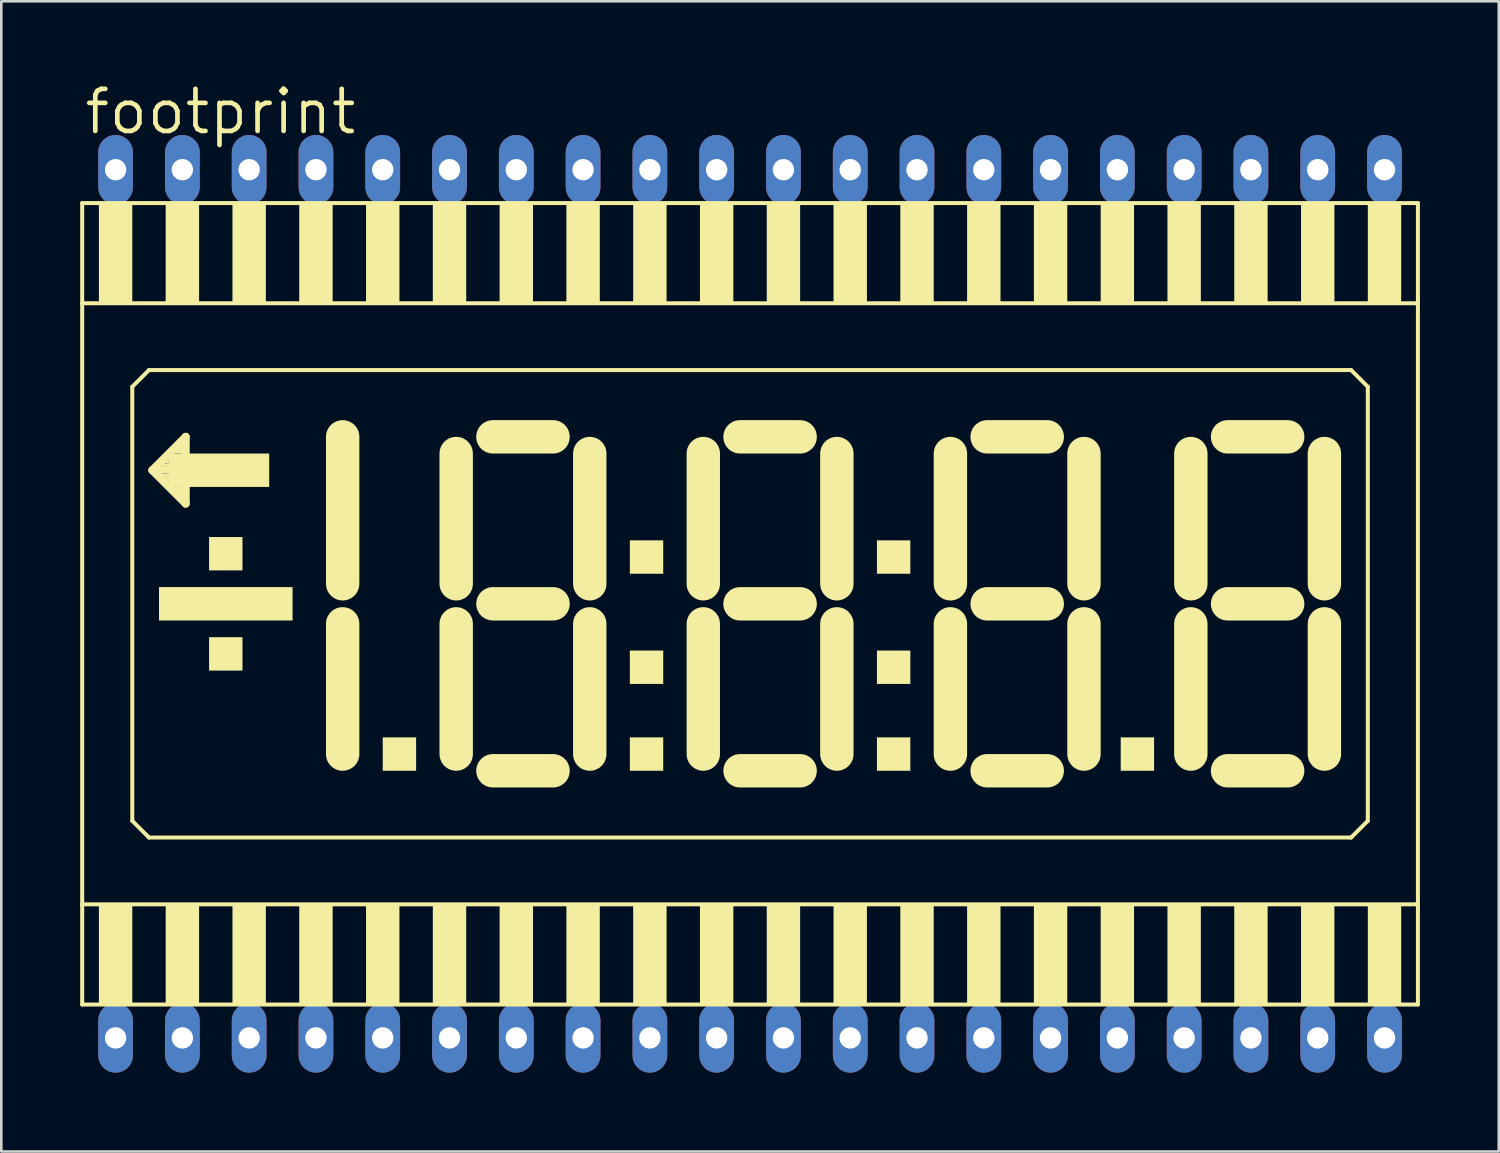
<source format=kicad_pcb>
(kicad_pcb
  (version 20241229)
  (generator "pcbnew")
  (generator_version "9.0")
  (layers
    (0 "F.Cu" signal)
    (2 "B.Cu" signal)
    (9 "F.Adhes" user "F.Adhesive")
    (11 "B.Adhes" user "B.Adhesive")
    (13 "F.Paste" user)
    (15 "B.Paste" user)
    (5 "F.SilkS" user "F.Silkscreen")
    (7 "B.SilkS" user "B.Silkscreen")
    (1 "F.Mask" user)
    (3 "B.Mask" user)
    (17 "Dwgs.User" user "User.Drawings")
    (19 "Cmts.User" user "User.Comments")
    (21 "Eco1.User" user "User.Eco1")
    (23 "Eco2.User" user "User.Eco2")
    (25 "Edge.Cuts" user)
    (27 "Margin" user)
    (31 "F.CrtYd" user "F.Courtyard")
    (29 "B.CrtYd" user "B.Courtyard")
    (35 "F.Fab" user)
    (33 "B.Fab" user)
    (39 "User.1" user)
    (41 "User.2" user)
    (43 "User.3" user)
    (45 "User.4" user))
  (footprint "footprint"
    (layer "F.Cu")
    (at 25.476 19.914)
    (property "Reference" "footprint" (at -25.4 -17.78 0) (layer "F.SilkS") (effects (font (size 1.6 1.6) (thickness 0.178)) (justify left bottom)))
    (fp_line (start -25.4 -15.24) (end -25.4 -11.43) (stroke (width 0.152) (type solid)) (layer "F.SilkS"))
    (fp_line (start -25.4 -11.43) (end -25.4 11.43) (stroke (width 0.152) (type solid)) (layer "F.SilkS"))
    (fp_line (start -25.4 -11.43) (end 25.4 -11.43) (stroke (width 0.152) (type solid)) (layer "F.SilkS"))
    (fp_line (start -25.4 11.43) (end -25.4 15.24) (stroke (width 0.152) (type solid)) (layer "F.SilkS"))
    (fp_line (start -25.4 15.24) (end 25.4 15.24) (stroke (width 0.152) (type solid)) (layer "F.SilkS"))
    (fp_line (start -23.495 -8.255) (end -23.495 8.255) (stroke (width 0.152) (type solid)) (layer "F.SilkS"))
    (fp_line (start -23.495 8.255) (end -22.86 8.89) (stroke (width 0.152) (type solid)) (layer "F.SilkS"))
    (fp_line (start -22.86 -8.89) (end -23.495 -8.255) (stroke (width 0.152) (type solid)) (layer "F.SilkS"))
    (fp_line (start -22.86 8.89) (end 22.86 8.89) (stroke (width 0.152) (type solid)) (layer "F.SilkS"))
    (fp_line (start -22.733 -5.08) (end -21.463 -6.35) (stroke (width 0.305) (type solid)) (layer "F.SilkS"))
    (fp_line (start -21.463 -6.35) (end -21.463 -3.81) (stroke (width 0.305) (type solid)) (layer "F.SilkS"))
    (fp_line (start -21.463 -3.81) (end -22.733 -5.08) (stroke (width 0.305) (type solid)) (layer "F.SilkS"))
    (fp_line (start -15.494 -0.762) (end -15.494 -6.35) (stroke (width 1.27) (type solid)) (layer "F.SilkS"))
    (fp_line (start -15.494 5.715) (end -15.494 0.762) (stroke (width 1.27) (type solid)) (layer "F.SilkS"))
    (fp_line (start -11.176 -5.715) (end -11.176 -0.762) (stroke (width 1.27) (type solid)) (layer "F.SilkS"))
    (fp_line (start -11.176 0.762) (end -11.176 5.715) (stroke (width 1.27) (type solid)) (layer "F.SilkS"))
    (fp_line (start -9.779 -6.35) (end -7.493 -6.35) (stroke (width 1.27) (type solid)) (layer "F.SilkS"))
    (fp_line (start -9.779 0) (end -7.493 0) (stroke (width 1.27) (type solid)) (layer "F.SilkS"))
    (fp_line (start -9.779 6.35) (end -7.493 6.35) (stroke (width 1.27) (type solid)) (layer "F.SilkS"))
    (fp_line (start -6.096 -0.762) (end -6.096 -5.715) (stroke (width 1.27) (type solid)) (layer "F.SilkS"))
    (fp_line (start -6.096 5.715) (end -6.096 0.762) (stroke (width 1.27) (type solid)) (layer "F.SilkS"))
    (fp_line (start -1.778 -5.715) (end -1.778 -0.762) (stroke (width 1.27) (type solid)) (layer "F.SilkS"))
    (fp_line (start -1.778 0.762) (end -1.778 5.715) (stroke (width 1.27) (type solid)) (layer "F.SilkS"))
    (fp_line (start -0.381 -6.35) (end 1.905 -6.35) (stroke (width 1.27) (type solid)) (layer "F.SilkS"))
    (fp_line (start -0.381 0) (end 1.905 0) (stroke (width 1.27) (type solid)) (layer "F.SilkS"))
    (fp_line (start -0.381 6.35) (end 1.905 6.35) (stroke (width 1.27) (type solid)) (layer "F.SilkS"))
    (fp_line (start 3.302 -0.762) (end 3.302 -5.715) (stroke (width 1.27) (type solid)) (layer "F.SilkS"))
    (fp_line (start 3.302 5.715) (end 3.302 0.762) (stroke (width 1.27) (type solid)) (layer "F.SilkS"))
    (fp_line (start 7.62 -5.715) (end 7.62 -0.762) (stroke (width 1.27) (type solid)) (layer "F.SilkS"))
    (fp_line (start 7.62 0.762) (end 7.62 5.715) (stroke (width 1.27) (type solid)) (layer "F.SilkS"))
    (fp_line (start 9.017 -6.35) (end 11.303 -6.35) (stroke (width 1.27) (type solid)) (layer "F.SilkS"))
    (fp_line (start 9.017 0) (end 11.303 0) (stroke (width 1.27) (type solid)) (layer "F.SilkS"))
    (fp_line (start 9.017 6.35) (end 11.303 6.35) (stroke (width 1.27) (type solid)) (layer "F.SilkS"))
    (fp_line (start 12.7 -0.762) (end 12.7 -5.715) (stroke (width 1.27) (type solid)) (layer "F.SilkS"))
    (fp_line (start 12.7 5.715) (end 12.7 0.762) (stroke (width 1.27) (type solid)) (layer "F.SilkS"))
    (fp_line (start 16.764 -5.715) (end 16.764 -0.762) (stroke (width 1.27) (type solid)) (layer "F.SilkS"))
    (fp_line (start 16.764 0.762) (end 16.764 5.715) (stroke (width 1.27) (type solid)) (layer "F.SilkS"))
    (fp_line (start 18.161 -6.35) (end 20.447 -6.35) (stroke (width 1.27) (type solid)) (layer "F.SilkS"))
    (fp_line (start 18.161 0) (end 20.447 0) (stroke (width 1.27) (type solid)) (layer "F.SilkS"))
    (fp_line (start 18.161 6.35) (end 20.447 6.35) (stroke (width 1.27) (type solid)) (layer "F.SilkS"))
    (fp_line (start 21.844 -0.762) (end 21.844 -5.715) (stroke (width 1.27) (type solid)) (layer "F.SilkS"))
    (fp_line (start 21.844 5.715) (end 21.844 0.762) (stroke (width 1.27) (type solid)) (layer "F.SilkS"))
    (fp_line (start 22.86 -8.89) (end -22.86 -8.89) (stroke (width 0.152) (type solid)) (layer "F.SilkS"))
    (fp_line (start 22.86 8.89) (end 23.495 8.255) (stroke (width 0.152) (type solid)) (layer "F.SilkS"))
    (fp_line (start 23.495 -8.255) (end 22.86 -8.89) (stroke (width 0.152) (type solid)) (layer "F.SilkS"))
    (fp_line (start 23.495 8.255) (end 23.495 -8.255) (stroke (width 0.152) (type solid)) (layer "F.SilkS"))
    (fp_line (start 25.4 -15.24) (end -25.4 -15.24) (stroke (width 0.152) (type solid)) (layer "F.SilkS"))
    (fp_line (start 25.4 -11.43) (end 25.4 -15.24) (stroke (width 0.152) (type solid)) (layer "F.SilkS"))
    (fp_line (start 25.4 11.43) (end -25.4 11.43) (stroke (width 0.152) (type solid)) (layer "F.SilkS"))
    (fp_line (start 25.4 11.43) (end 25.4 -11.43) (stroke (width 0.152) (type solid)) (layer "F.SilkS"))
    (fp_line (start 25.4 15.24) (end 25.4 11.43) (stroke (width 0.152) (type solid)) (layer "F.SilkS"))
    (fp_poly (pts (xy -24.765 -11.43) (xy -23.495 -11.43) (xy -23.495 -15.24) (xy -24.765 -15.24)) (stroke (width 0) (type solid)) (fill yes) (layer "F.SilkS"))
    (fp_poly (pts (xy -24.765 15.24) (xy -23.495 15.24) (xy -23.495 11.43) (xy -24.765 11.43)) (stroke (width 0) (type solid)) (fill yes) (layer "F.SilkS"))
    (fp_poly (pts (xy -22.606 -4.953) (xy -22.098 -4.953) (xy -22.098 -5.207) (xy -22.606 -5.207)) (stroke (width 0) (type solid)) (fill yes) (layer "F.SilkS"))
    (fp_poly (pts (xy -22.479 -5.207) (xy -22.098 -5.207) (xy -22.098 -5.334) (xy -22.479 -5.334)) (stroke (width 0) (type solid)) (fill yes) (layer "F.SilkS"))
    (fp_poly (pts (xy -22.479 -4.826) (xy -22.098 -4.826) (xy -22.098 -4.953) (xy -22.479 -4.953)) (stroke (width 0) (type solid)) (fill yes) (layer "F.SilkS"))
    (fp_poly (pts (xy -22.479 0.635) (xy -17.399 0.635) (xy -17.399 -0.635) (xy -22.479 -0.635)) (stroke (width 0) (type solid)) (fill yes) (layer "F.SilkS"))
    (fp_poly (pts (xy -22.352 -5.334) (xy -22.098 -5.334) (xy -22.098 -5.461) (xy -22.352 -5.461)) (stroke (width 0) (type solid)) (fill yes) (layer "F.SilkS"))
    (fp_poly (pts (xy -22.352 -4.699) (xy -22.098 -4.699) (xy -22.098 -4.826) (xy -22.352 -4.826)) (stroke (width 0) (type solid)) (fill yes) (layer "F.SilkS"))
    (fp_poly (pts (xy -22.225 -11.43) (xy -20.955 -11.43) (xy -20.955 -15.24) (xy -22.225 -15.24)) (stroke (width 0) (type solid)) (fill yes) (layer "F.SilkS"))
    (fp_poly (pts (xy -22.225 -5.461) (xy -22.098 -5.461) (xy -22.098 -5.588) (xy -22.225 -5.588)) (stroke (width 0) (type solid)) (fill yes) (layer "F.SilkS"))
    (fp_poly (pts (xy -22.225 -4.572) (xy -22.098 -4.572) (xy -22.098 -4.699) (xy -22.225 -4.699)) (stroke (width 0) (type solid)) (fill yes) (layer "F.SilkS"))
    (fp_poly (pts (xy -22.225 15.24) (xy -20.955 15.24) (xy -20.955 11.43) (xy -22.225 11.43)) (stroke (width 0) (type solid)) (fill yes) (layer "F.SilkS"))
    (fp_poly (pts (xy -22.098 -4.445) (xy -18.288 -4.445) (xy -18.288 -5.715) (xy -22.098 -5.715)) (stroke (width 0) (type solid)) (fill yes) (layer "F.SilkS"))
    (fp_poly (pts (xy -21.971 -5.715) (xy -21.463 -5.715) (xy -21.463 -5.969) (xy -21.971 -5.969)) (stroke (width 0) (type solid)) (fill yes) (layer "F.SilkS"))
    (fp_poly (pts (xy -21.971 -4.191) (xy -21.463 -4.191) (xy -21.463 -4.445) (xy -21.971 -4.445)) (stroke (width 0) (type solid)) (fill yes) (layer "F.SilkS"))
    (fp_poly (pts (xy -21.717 -5.969) (xy -21.463 -5.969) (xy -21.463 -6.096) (xy -21.717 -6.096)) (stroke (width 0) (type solid)) (fill yes) (layer "F.SilkS"))
    (fp_poly (pts (xy -21.717 -4.064) (xy -21.463 -4.064) (xy -21.463 -4.191) (xy -21.717 -4.191)) (stroke (width 0) (type solid)) (fill yes) (layer "F.SilkS"))
    (fp_poly (pts (xy -20.574 -1.27) (xy -19.304 -1.27) (xy -19.304 -2.54) (xy -20.574 -2.54)) (stroke (width 0) (type solid)) (fill yes) (layer "F.SilkS"))
    (fp_poly (pts (xy -20.574 2.54) (xy -19.304 2.54) (xy -19.304 1.27) (xy -20.574 1.27)) (stroke (width 0) (type solid)) (fill yes) (layer "F.SilkS"))
    (fp_poly (pts (xy -19.685 -11.43) (xy -18.415 -11.43) (xy -18.415 -15.24) (xy -19.685 -15.24)) (stroke (width 0) (type solid)) (fill yes) (layer "F.SilkS"))
    (fp_poly (pts (xy -19.685 15.24) (xy -18.415 15.24) (xy -18.415 11.43) (xy -19.685 11.43)) (stroke (width 0) (type solid)) (fill yes) (layer "F.SilkS"))
    (fp_poly (pts (xy -17.145 -11.43) (xy -15.875 -11.43) (xy -15.875 -15.24) (xy -17.145 -15.24)) (stroke (width 0) (type solid)) (fill yes) (layer "F.SilkS"))
    (fp_poly (pts (xy -17.145 15.24) (xy -15.875 15.24) (xy -15.875 11.43) (xy -17.145 11.43)) (stroke (width 0) (type solid)) (fill yes) (layer "F.SilkS"))
    (fp_poly (pts (xy -14.605 -11.43) (xy -13.335 -11.43) (xy -13.335 -15.24) (xy -14.605 -15.24)) (stroke (width 0) (type solid)) (fill yes) (layer "F.SilkS"))
    (fp_poly (pts (xy -14.605 15.24) (xy -13.335 15.24) (xy -13.335 11.43) (xy -14.605 11.43)) (stroke (width 0) (type solid)) (fill yes) (layer "F.SilkS"))
    (fp_poly (pts (xy -13.97 6.35) (xy -12.7 6.35) (xy -12.7 5.08) (xy -13.97 5.08)) (stroke (width 0) (type solid)) (fill yes) (layer "F.SilkS"))
    (fp_poly (pts (xy -12.065 -11.43) (xy -10.795 -11.43) (xy -10.795 -15.24) (xy -12.065 -15.24)) (stroke (width 0) (type solid)) (fill yes) (layer "F.SilkS"))
    (fp_poly (pts (xy -12.065 15.24) (xy -10.795 15.24) (xy -10.795 11.43) (xy -12.065 11.43)) (stroke (width 0) (type solid)) (fill yes) (layer "F.SilkS"))
    (fp_poly (pts (xy -9.525 -11.43) (xy -8.255 -11.43) (xy -8.255 -15.24) (xy -9.525 -15.24)) (stroke (width 0) (type solid)) (fill yes) (layer "F.SilkS"))
    (fp_poly (pts (xy -9.525 15.24) (xy -8.255 15.24) (xy -8.255 11.43) (xy -9.525 11.43)) (stroke (width 0) (type solid)) (fill yes) (layer "F.SilkS"))
    (fp_poly (pts (xy -6.985 -11.43) (xy -5.715 -11.43) (xy -5.715 -15.24) (xy -6.985 -15.24)) (stroke (width 0) (type solid)) (fill yes) (layer "F.SilkS"))
    (fp_poly (pts (xy -6.985 15.24) (xy -5.715 15.24) (xy -5.715 11.43) (xy -6.985 11.43)) (stroke (width 0) (type solid)) (fill yes) (layer "F.SilkS"))
    (fp_poly (pts (xy -4.572 -1.143) (xy -3.302 -1.143) (xy -3.302 -2.413) (xy -4.572 -2.413)) (stroke (width 0) (type solid)) (fill yes) (layer "F.SilkS"))
    (fp_poly (pts (xy -4.572 3.048) (xy -3.302 3.048) (xy -3.302 1.778) (xy -4.572 1.778)) (stroke (width 0) (type solid)) (fill yes) (layer "F.SilkS"))
    (fp_poly (pts (xy -4.572 6.35) (xy -3.302 6.35) (xy -3.302 5.08) (xy -4.572 5.08)) (stroke (width 0) (type solid)) (fill yes) (layer "F.SilkS"))
    (fp_poly (pts (xy -4.445 -11.43) (xy -3.175 -11.43) (xy -3.175 -15.24) (xy -4.445 -15.24)) (stroke (width 0) (type solid)) (fill yes) (layer "F.SilkS"))
    (fp_poly (pts (xy -4.445 15.24) (xy -3.175 15.24) (xy -3.175 11.43) (xy -4.445 11.43)) (stroke (width 0) (type solid)) (fill yes) (layer "F.SilkS"))
    (fp_poly (pts (xy -1.905 -11.43) (xy -0.635 -11.43) (xy -0.635 -15.24) (xy -1.905 -15.24)) (stroke (width 0) (type solid)) (fill yes) (layer "F.SilkS"))
    (fp_poly (pts (xy -1.905 15.24) (xy -0.635 15.24) (xy -0.635 11.43) (xy -1.905 11.43)) (stroke (width 0) (type solid)) (fill yes) (layer "F.SilkS"))
    (fp_poly (pts (xy 0.635 -11.43) (xy 1.905 -11.43) (xy 1.905 -15.24) (xy 0.635 -15.24)) (stroke (width 0) (type solid)) (fill yes) (layer "F.SilkS"))
    (fp_poly (pts (xy 0.635 15.24) (xy 1.905 15.24) (xy 1.905 11.43) (xy 0.635 11.43)) (stroke (width 0) (type solid)) (fill yes) (layer "F.SilkS"))
    (fp_poly (pts (xy 3.175 -11.43) (xy 4.445 -11.43) (xy 4.445 -15.24) (xy 3.175 -15.24)) (stroke (width 0) (type solid)) (fill yes) (layer "F.SilkS"))
    (fp_poly (pts (xy 3.175 15.24) (xy 4.445 15.24) (xy 4.445 11.43) (xy 3.175 11.43)) (stroke (width 0) (type solid)) (fill yes) (layer "F.SilkS"))
    (fp_poly (pts (xy 4.826 -1.143) (xy 6.096 -1.143) (xy 6.096 -2.413) (xy 4.826 -2.413)) (stroke (width 0) (type solid)) (fill yes) (layer "F.SilkS"))
    (fp_poly (pts (xy 4.826 3.048) (xy 6.096 3.048) (xy 6.096 1.778) (xy 4.826 1.778)) (stroke (width 0) (type solid)) (fill yes) (layer "F.SilkS"))
    (fp_poly (pts (xy 4.826 6.35) (xy 6.096 6.35) (xy 6.096 5.08) (xy 4.826 5.08)) (stroke (width 0) (type solid)) (fill yes) (layer "F.SilkS"))
    (fp_poly (pts (xy 5.715 -11.43) (xy 6.985 -11.43) (xy 6.985 -15.24) (xy 5.715 -15.24)) (stroke (width 0) (type solid)) (fill yes) (layer "F.SilkS"))
    (fp_poly (pts (xy 5.715 15.24) (xy 6.985 15.24) (xy 6.985 11.43) (xy 5.715 11.43)) (stroke (width 0) (type solid)) (fill yes) (layer "F.SilkS"))
    (fp_poly (pts (xy 8.255 -11.43) (xy 9.525 -11.43) (xy 9.525 -15.24) (xy 8.255 -15.24)) (stroke (width 0) (type solid)) (fill yes) (layer "F.SilkS"))
    (fp_poly (pts (xy 8.255 15.24) (xy 9.525 15.24) (xy 9.525 11.43) (xy 8.255 11.43)) (stroke (width 0) (type solid)) (fill yes) (layer "F.SilkS"))
    (fp_poly (pts (xy 10.795 -11.43) (xy 12.065 -11.43) (xy 12.065 -15.24) (xy 10.795 -15.24)) (stroke (width 0) (type solid)) (fill yes) (layer "F.SilkS"))
    (fp_poly (pts (xy 10.795 15.24) (xy 12.065 15.24) (xy 12.065 11.43) (xy 10.795 11.43)) (stroke (width 0) (type solid)) (fill yes) (layer "F.SilkS"))
    (fp_poly (pts (xy 13.335 -11.43) (xy 14.605 -11.43) (xy 14.605 -15.24) (xy 13.335 -15.24)) (stroke (width 0) (type solid)) (fill yes) (layer "F.SilkS"))
    (fp_poly (pts (xy 13.335 15.24) (xy 14.605 15.24) (xy 14.605 11.43) (xy 13.335 11.43)) (stroke (width 0) (type solid)) (fill yes) (layer "F.SilkS"))
    (fp_poly (pts (xy 14.097 6.35) (xy 15.367 6.35) (xy 15.367 5.08) (xy 14.097 5.08)) (stroke (width 0) (type solid)) (fill yes) (layer "F.SilkS"))
    (fp_poly (pts (xy 15.875 -11.43) (xy 17.145 -11.43) (xy 17.145 -15.24) (xy 15.875 -15.24)) (stroke (width 0) (type solid)) (fill yes) (layer "F.SilkS"))
    (fp_poly (pts (xy 15.875 15.24) (xy 17.145 15.24) (xy 17.145 11.43) (xy 15.875 11.43)) (stroke (width 0) (type solid)) (fill yes) (layer "F.SilkS"))
    (fp_poly (pts (xy 18.415 -11.43) (xy 19.685 -11.43) (xy 19.685 -15.24) (xy 18.415 -15.24)) (stroke (width 0) (type solid)) (fill yes) (layer "F.SilkS"))
    (fp_poly (pts (xy 18.415 15.24) (xy 19.685 15.24) (xy 19.685 11.43) (xy 18.415 11.43)) (stroke (width 0) (type solid)) (fill yes) (layer "F.SilkS"))
    (fp_poly (pts (xy 20.955 -11.43) (xy 22.225 -11.43) (xy 22.225 -15.24) (xy 20.955 -15.24)) (stroke (width 0) (type solid)) (fill yes) (layer "F.SilkS"))
    (fp_poly (pts (xy 20.955 15.24) (xy 22.225 15.24) (xy 22.225 11.43) (xy 20.955 11.43)) (stroke (width 0) (type solid)) (fill yes) (layer "F.SilkS"))
    (fp_poly (pts (xy 23.495 -11.43) (xy 24.765 -11.43) (xy 24.765 -15.24) (xy 23.495 -15.24)) (stroke (width 0) (type solid)) (fill yes) (layer "F.SilkS"))
    (fp_poly (pts (xy 23.495 15.24) (xy 24.765 15.24) (xy 24.765 11.43) (xy 23.495 11.43)) (stroke (width 0) (type solid)) (fill yes) (layer "F.SilkS"))
    (pad "1" thru_hole oval (at -24.13 16.51 90) (size 2.642 1.321) (drill 0.813) (layers "*.Cu" "*.Mask"))
    (pad "2" thru_hole oval (at -21.59 16.51 90) (size 2.642 1.321) (drill 0.813) (layers "*.Cu" "*.Mask"))
    (pad "3" thru_hole oval (at -19.05 16.51 90) (size 2.642 1.321) (drill 0.813) (layers "*.Cu" "*.Mask"))
    (pad "4" thru_hole oval (at -16.51 16.51 90) (size 2.642 1.321) (drill 0.813) (layers "*.Cu" "*.Mask"))
    (pad "5" thru_hole oval (at -13.97 16.51 90) (size 2.642 1.321) (drill 0.813) (layers "*.Cu" "*.Mask"))
    (pad "6" thru_hole oval (at -11.43 16.51 90) (size 2.642 1.321) (drill 0.813) (layers "*.Cu" "*.Mask"))
    (pad "7" thru_hole oval (at -8.89 16.51 90) (size 2.642 1.321) (drill 0.813) (layers "*.Cu" "*.Mask"))
    (pad "8" thru_hole oval (at -6.35 16.51 90) (size 2.642 1.321) (drill 0.813) (layers "*.Cu" "*.Mask"))
    (pad "9" thru_hole oval (at -3.81 16.51 90) (size 2.642 1.321) (drill 0.813) (layers "*.Cu" "*.Mask"))
    (pad "10" thru_hole oval (at -1.27 16.51 90) (size 2.642 1.321) (drill 0.813) (layers "*.Cu" "*.Mask"))
    (pad "11" thru_hole oval (at 1.27 16.51 90) (size 2.642 1.321) (drill 0.813) (layers "*.Cu" "*.Mask"))
    (pad "12" thru_hole oval (at 3.81 16.51 90) (size 2.642 1.321) (drill 0.813) (layers "*.Cu" "*.Mask"))
    (pad "13" thru_hole oval (at 6.35 16.51 90) (size 2.642 1.321) (drill 0.813) (layers "*.Cu" "*.Mask"))
    (pad "14" thru_hole oval (at 8.89 16.51 90) (size 2.642 1.321) (drill 0.813) (layers "*.Cu" "*.Mask"))
    (pad "15" thru_hole oval (at 11.43 16.51 90) (size 2.642 1.321) (drill 0.813) (layers "*.Cu" "*.Mask"))
    (pad "16" thru_hole oval (at 13.97 16.51 90) (size 2.642 1.321) (drill 0.813) (layers "*.Cu" "*.Mask"))
    (pad "17" thru_hole oval (at 16.51 16.51 90) (size 2.642 1.321) (drill 0.813) (layers "*.Cu" "*.Mask"))
    (pad "18" thru_hole oval (at 19.05 16.51 90) (size 2.642 1.321) (drill 0.813) (layers "*.Cu" "*.Mask"))
    (pad "19" thru_hole oval (at 21.59 16.51 90) (size 2.642 1.321) (drill 0.813) (layers "*.Cu" "*.Mask"))
    (pad "20" thru_hole oval (at 24.13 16.51 90) (size 2.642 1.321) (drill 0.813) (layers "*.Cu" "*.Mask"))
    (pad "21" thru_hole oval (at 24.13 -16.51 90) (size 2.642 1.321) (drill 0.813) (layers "*.Cu" "*.Mask"))
    (pad "22" thru_hole oval (at 21.59 -16.51 90) (size 2.642 1.321) (drill 0.813) (layers "*.Cu" "*.Mask"))
    (pad "23" thru_hole oval (at 19.05 -16.51 90) (size 2.642 1.321) (drill 0.813) (layers "*.Cu" "*.Mask"))
    (pad "24" thru_hole oval (at 16.51 -16.51 90) (size 2.642 1.321) (drill 0.813) (layers "*.Cu" "*.Mask"))
    (pad "25" thru_hole oval (at 13.97 -16.51 90) (size 2.642 1.321) (drill 0.813) (layers "*.Cu" "*.Mask"))
    (pad "26" thru_hole oval (at 11.43 -16.51 90) (size 2.642 1.321) (drill 0.813) (layers "*.Cu" "*.Mask"))
    (pad "27" thru_hole oval (at 8.89 -16.51 90) (size 2.642 1.321) (drill 0.813) (layers "*.Cu" "*.Mask"))
    (pad "28" thru_hole oval (at 6.35 -16.51 90) (size 2.642 1.321) (drill 0.813) (layers "*.Cu" "*.Mask"))
    (pad "29" thru_hole oval (at 3.81 -16.51 90) (size 2.642 1.321) (drill 0.813) (layers "*.Cu" "*.Mask"))
    (pad "30" thru_hole oval (at 1.27 -16.51 90) (size 2.642 1.321) (drill 0.813) (layers "*.Cu" "*.Mask"))
    (pad "31" thru_hole oval (at -1.27 -16.51 90) (size 2.642 1.321) (drill 0.813) (layers "*.Cu" "*.Mask"))
    (pad "32" thru_hole oval (at -3.81 -16.51 90) (size 2.642 1.321) (drill 0.813) (layers "*.Cu" "*.Mask"))
    (pad "33" thru_hole oval (at -6.35 -16.51 90) (size 2.642 1.321) (drill 0.813) (layers "*.Cu" "*.Mask"))
    (pad "34" thru_hole oval (at -8.89 -16.51 90) (size 2.642 1.321) (drill 0.813) (layers "*.Cu" "*.Mask"))
    (pad "35" thru_hole oval (at -11.43 -16.51 90) (size 2.642 1.321) (drill 0.813) (layers "*.Cu" "*.Mask"))
    (pad "36" thru_hole oval (at -13.97 -16.51 90) (size 2.642 1.321) (drill 0.813) (layers "*.Cu" "*.Mask"))
    (pad "37" thru_hole oval (at -16.51 -16.51 90) (size 2.642 1.321) (drill 0.813) (layers "*.Cu" "*.Mask"))
    (pad "38" thru_hole oval (at -19.05 -16.51 90) (size 2.642 1.321) (drill 0.813) (layers "*.Cu" "*.Mask"))
    (pad "39" thru_hole oval (at -21.59 -16.51 90) (size 2.642 1.321) (drill 0.813) (layers "*.Cu" "*.Mask"))
    (pad "40" thru_hole oval (at -24.13 -16.51 90) (size 2.642 1.321) (drill 0.813) (layers "*.Cu" "*.Mask")))
  (gr_rect
    (start -3 -3)
    (end 53.952 40.744)
    (stroke (width 0.1) (type default))
    (fill no)
    (layer "Edge.Cuts")))
</source>
